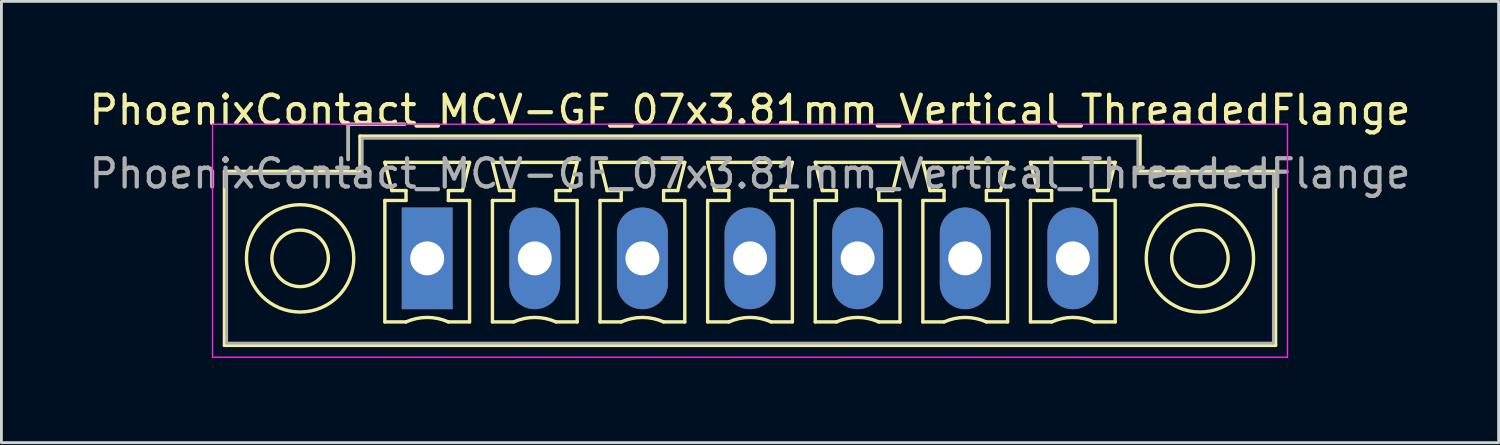
<source format=kicad_pcb>
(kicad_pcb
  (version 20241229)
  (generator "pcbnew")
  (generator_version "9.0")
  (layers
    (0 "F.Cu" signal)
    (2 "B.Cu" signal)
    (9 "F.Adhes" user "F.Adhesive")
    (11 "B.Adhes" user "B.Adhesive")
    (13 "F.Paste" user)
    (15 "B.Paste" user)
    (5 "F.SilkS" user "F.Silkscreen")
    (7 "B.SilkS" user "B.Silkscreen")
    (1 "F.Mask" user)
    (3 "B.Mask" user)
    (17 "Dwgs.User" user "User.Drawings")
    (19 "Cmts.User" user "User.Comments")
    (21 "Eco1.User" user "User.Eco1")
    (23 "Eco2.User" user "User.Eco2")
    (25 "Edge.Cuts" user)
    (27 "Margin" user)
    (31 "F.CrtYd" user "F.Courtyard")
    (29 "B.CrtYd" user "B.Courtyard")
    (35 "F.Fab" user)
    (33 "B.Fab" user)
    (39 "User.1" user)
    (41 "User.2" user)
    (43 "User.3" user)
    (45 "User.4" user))
  (footprint "PhoenixContact_MCV-GF_07x3.81mm_Vertical_ThreadedFlange"
    (layer "F.Cu")
    (at 12.076 6.098)
    (property "Reference" "PhoenixContact_MCV-GF_07x3.81mm_Vertical_ThreadedFlange" (at 11.43 -5.25 0) (layer "F.SilkS") (effects (font (size 1 1) (thickness 0.15))))
    (attr through_hole)
    (fp_line (start -7.18 -3.08) (end -7.18 3.08) (stroke (width 0.12) (type solid)) (layer "F.SilkS"))
    (fp_line (start -7.18 3.08) (end 30.04 3.08) (stroke (width 0.12) (type solid)) (layer "F.SilkS"))
    (fp_line (start -2.8 -4.75) (end -0.8 -4.75) (stroke (width 0.12) (type solid)) (layer "F.SilkS"))
    (fp_line (start -2.8 -3.5) (end -2.8 -4.75) (stroke (width 0.12) (type solid)) (layer "F.SilkS"))
    (fp_line (start -2.38 -4.33) (end -2.38 -3.08) (stroke (width 0.12) (type solid)) (layer "F.SilkS"))
    (fp_line (start -2.38 -3.08) (end -7.18 -3.08) (stroke (width 0.12) (type solid)) (layer "F.SilkS"))
    (fp_line (start -1.5 -3.4) (end 1.5 -3.4) (stroke (width 0.12) (type solid)) (layer "F.SilkS"))
    (fp_line (start -1.5 -2.05) (end -0.75 -2.05) (stroke (width 0.12) (type solid)) (layer "F.SilkS"))
    (fp_line (start -1.5 2.25) (end -1.5 -2.05) (stroke (width 0.12) (type solid)) (layer "F.SilkS"))
    (fp_line (start -1.25 -2.4) (end -1.5 -3.4) (stroke (width 0.12) (type solid)) (layer "F.SilkS"))
    (fp_line (start -0.75 -2.4) (end -1.25 -2.4) (stroke (width 0.12) (type solid)) (layer "F.SilkS"))
    (fp_line (start -0.75 -2.05) (end -0.75 -2.4) (stroke (width 0.12) (type solid)) (layer "F.SilkS"))
    (fp_line (start -0.75 2.25) (end -1.5 2.25) (stroke (width 0.12) (type solid)) (layer "F.SilkS"))
    (fp_line (start 0.75 -2.4) (end 0.75 -2.05) (stroke (width 0.12) (type solid)) (layer "F.SilkS"))
    (fp_line (start 0.75 -2.05) (end 1.5 -2.05) (stroke (width 0.12) (type solid)) (layer "F.SilkS"))
    (fp_line (start 1.25 -2.4) (end 0.75 -2.4) (stroke (width 0.12) (type solid)) (layer "F.SilkS"))
    (fp_line (start 1.5 -3.4) (end 1.25 -2.4) (stroke (width 0.12) (type solid)) (layer "F.SilkS"))
    (fp_line (start 1.5 -2.05) (end 1.5 2.25) (stroke (width 0.12) (type solid)) (layer "F.SilkS"))
    (fp_line (start 1.5 2.25) (end 0.75 2.25) (stroke (width 0.12) (type solid)) (layer "F.SilkS"))
    (fp_line (start 2.31 -3.4) (end 5.31 -3.4) (stroke (width 0.12) (type solid)) (layer "F.SilkS"))
    (fp_line (start 2.31 -2.05) (end 3.06 -2.05) (stroke (width 0.12) (type solid)) (layer "F.SilkS"))
    (fp_line (start 2.31 2.25) (end 2.31 -2.05) (stroke (width 0.12) (type solid)) (layer "F.SilkS"))
    (fp_line (start 2.56 -2.4) (end 2.31 -3.4) (stroke (width 0.12) (type solid)) (layer "F.SilkS"))
    (fp_line (start 3.06 -2.4) (end 2.56 -2.4) (stroke (width 0.12) (type solid)) (layer "F.SilkS"))
    (fp_line (start 3.06 -2.05) (end 3.06 -2.4) (stroke (width 0.12) (type solid)) (layer "F.SilkS"))
    (fp_line (start 3.06 2.25) (end 2.31 2.25) (stroke (width 0.12) (type solid)) (layer "F.SilkS"))
    (fp_line (start 4.56 -2.4) (end 4.56 -2.05) (stroke (width 0.12) (type solid)) (layer "F.SilkS"))
    (fp_line (start 4.56 -2.05) (end 5.31 -2.05) (stroke (width 0.12) (type solid)) (layer "F.SilkS"))
    (fp_line (start 5.06 -2.4) (end 4.56 -2.4) (stroke (width 0.12) (type solid)) (layer "F.SilkS"))
    (fp_line (start 5.31 -3.4) (end 5.06 -2.4) (stroke (width 0.12) (type solid)) (layer "F.SilkS"))
    (fp_line (start 5.31 -2.05) (end 5.31 2.25) (stroke (width 0.12) (type solid)) (layer "F.SilkS"))
    (fp_line (start 5.31 2.25) (end 4.56 2.25) (stroke (width 0.12) (type solid)) (layer "F.SilkS"))
    (fp_line (start 6.12 -3.4) (end 9.12 -3.4) (stroke (width 0.12) (type solid)) (layer "F.SilkS"))
    (fp_line (start 6.12 -2.05) (end 6.87 -2.05) (stroke (width 0.12) (type solid)) (layer "F.SilkS"))
    (fp_line (start 6.12 2.25) (end 6.12 -2.05) (stroke (width 0.12) (type solid)) (layer "F.SilkS"))
    (fp_line (start 6.37 -2.4) (end 6.12 -3.4) (stroke (width 0.12) (type solid)) (layer "F.SilkS"))
    (fp_line (start 6.87 -2.4) (end 6.37 -2.4) (stroke (width 0.12) (type solid)) (layer "F.SilkS"))
    (fp_line (start 6.87 -2.05) (end 6.87 -2.4) (stroke (width 0.12) (type solid)) (layer "F.SilkS"))
    (fp_line (start 6.87 2.25) (end 6.12 2.25) (stroke (width 0.12) (type solid)) (layer "F.SilkS"))
    (fp_line (start 8.37 -2.4) (end 8.37 -2.05) (stroke (width 0.12) (type solid)) (layer "F.SilkS"))
    (fp_line (start 8.37 -2.05) (end 9.12 -2.05) (stroke (width 0.12) (type solid)) (layer "F.SilkS"))
    (fp_line (start 8.87 -2.4) (end 8.37 -2.4) (stroke (width 0.12) (type solid)) (layer "F.SilkS"))
    (fp_line (start 9.12 -3.4) (end 8.87 -2.4) (stroke (width 0.12) (type solid)) (layer "F.SilkS"))
    (fp_line (start 9.12 -2.05) (end 9.12 2.25) (stroke (width 0.12) (type solid)) (layer "F.SilkS"))
    (fp_line (start 9.12 2.25) (end 8.37 2.25) (stroke (width 0.12) (type solid)) (layer "F.SilkS"))
    (fp_line (start 9.93 -3.4) (end 12.93 -3.4) (stroke (width 0.12) (type solid)) (layer "F.SilkS"))
    (fp_line (start 9.93 -2.05) (end 10.68 -2.05) (stroke (width 0.12) (type solid)) (layer "F.SilkS"))
    (fp_line (start 9.93 2.25) (end 9.93 -2.05) (stroke (width 0.12) (type solid)) (layer "F.SilkS"))
    (fp_line (start 10.18 -2.4) (end 9.93 -3.4) (stroke (width 0.12) (type solid)) (layer "F.SilkS"))
    (fp_line (start 10.68 -2.4) (end 10.18 -2.4) (stroke (width 0.12) (type solid)) (layer "F.SilkS"))
    (fp_line (start 10.68 -2.05) (end 10.68 -2.4) (stroke (width 0.12) (type solid)) (layer "F.SilkS"))
    (fp_line (start 10.68 2.25) (end 9.93 2.25) (stroke (width 0.12) (type solid)) (layer "F.SilkS"))
    (fp_line (start 12.18 -2.4) (end 12.18 -2.05) (stroke (width 0.12) (type solid)) (layer "F.SilkS"))
    (fp_line (start 12.18 -2.05) (end 12.93 -2.05) (stroke (width 0.12) (type solid)) (layer "F.SilkS"))
    (fp_line (start 12.68 -2.4) (end 12.18 -2.4) (stroke (width 0.12) (type solid)) (layer "F.SilkS"))
    (fp_line (start 12.93 -3.4) (end 12.68 -2.4) (stroke (width 0.12) (type solid)) (layer "F.SilkS"))
    (fp_line (start 12.93 -2.05) (end 12.93 2.25) (stroke (width 0.12) (type solid)) (layer "F.SilkS"))
    (fp_line (start 12.93 2.25) (end 12.18 2.25) (stroke (width 0.12) (type solid)) (layer "F.SilkS"))
    (fp_line (start 13.74 -3.4) (end 16.74 -3.4) (stroke (width 0.12) (type solid)) (layer "F.SilkS"))
    (fp_line (start 13.74 -2.05) (end 14.49 -2.05) (stroke (width 0.12) (type solid)) (layer "F.SilkS"))
    (fp_line (start 13.74 2.25) (end 13.74 -2.05) (stroke (width 0.12) (type solid)) (layer "F.SilkS"))
    (fp_line (start 13.99 -2.4) (end 13.74 -3.4) (stroke (width 0.12) (type solid)) (layer "F.SilkS"))
    (fp_line (start 14.49 -2.4) (end 13.99 -2.4) (stroke (width 0.12) (type solid)) (layer "F.SilkS"))
    (fp_line (start 14.49 -2.05) (end 14.49 -2.4) (stroke (width 0.12) (type solid)) (layer "F.SilkS"))
    (fp_line (start 14.49 2.25) (end 13.74 2.25) (stroke (width 0.12) (type solid)) (layer "F.SilkS"))
    (fp_line (start 15.99 -2.4) (end 15.99 -2.05) (stroke (width 0.12) (type solid)) (layer "F.SilkS"))
    (fp_line (start 15.99 -2.05) (end 16.74 -2.05) (stroke (width 0.12) (type solid)) (layer "F.SilkS"))
    (fp_line (start 16.49 -2.4) (end 15.99 -2.4) (stroke (width 0.12) (type solid)) (layer "F.SilkS"))
    (fp_line (start 16.74 -3.4) (end 16.49 -2.4) (stroke (width 0.12) (type solid)) (layer "F.SilkS"))
    (fp_line (start 16.74 -2.05) (end 16.74 2.25) (stroke (width 0.12) (type solid)) (layer "F.SilkS"))
    (fp_line (start 16.74 2.25) (end 15.99 2.25) (stroke (width 0.12) (type solid)) (layer "F.SilkS"))
    (fp_line (start 17.55 -3.4) (end 20.55 -3.4) (stroke (width 0.12) (type solid)) (layer "F.SilkS"))
    (fp_line (start 17.55 -2.05) (end 18.3 -2.05) (stroke (width 0.12) (type solid)) (layer "F.SilkS"))
    (fp_line (start 17.55 2.25) (end 17.55 -2.05) (stroke (width 0.12) (type solid)) (layer "F.SilkS"))
    (fp_line (start 17.8 -2.4) (end 17.55 -3.4) (stroke (width 0.12) (type solid)) (layer "F.SilkS"))
    (fp_line (start 18.3 -2.4) (end 17.8 -2.4) (stroke (width 0.12) (type solid)) (layer "F.SilkS"))
    (fp_line (start 18.3 -2.05) (end 18.3 -2.4) (stroke (width 0.12) (type solid)) (layer "F.SilkS"))
    (fp_line (start 18.3 2.25) (end 17.55 2.25) (stroke (width 0.12) (type solid)) (layer "F.SilkS"))
    (fp_line (start 19.8 -2.4) (end 19.8 -2.05) (stroke (width 0.12) (type solid)) (layer "F.SilkS"))
    (fp_line (start 19.8 -2.05) (end 20.55 -2.05) (stroke (width 0.12) (type solid)) (layer "F.SilkS"))
    (fp_line (start 20.3 -2.4) (end 19.8 -2.4) (stroke (width 0.12) (type solid)) (layer "F.SilkS"))
    (fp_line (start 20.55 -3.4) (end 20.3 -2.4) (stroke (width 0.12) (type solid)) (layer "F.SilkS"))
    (fp_line (start 20.55 -2.05) (end 20.55 2.25) (stroke (width 0.12) (type solid)) (layer "F.SilkS"))
    (fp_line (start 20.55 2.25) (end 19.8 2.25) (stroke (width 0.12) (type solid)) (layer "F.SilkS"))
    (fp_line (start 21.36 -3.4) (end 24.36 -3.4) (stroke (width 0.12) (type solid)) (layer "F.SilkS"))
    (fp_line (start 21.36 -2.05) (end 22.11 -2.05) (stroke (width 0.12) (type solid)) (layer "F.SilkS"))
    (fp_line (start 21.36 2.25) (end 21.36 -2.05) (stroke (width 0.12) (type solid)) (layer "F.SilkS"))
    (fp_line (start 21.61 -2.4) (end 21.36 -3.4) (stroke (width 0.12) (type solid)) (layer "F.SilkS"))
    (fp_line (start 22.11 -2.4) (end 21.61 -2.4) (stroke (width 0.12) (type solid)) (layer "F.SilkS"))
    (fp_line (start 22.11 -2.05) (end 22.11 -2.4) (stroke (width 0.12) (type solid)) (layer "F.SilkS"))
    (fp_line (start 22.11 2.25) (end 21.36 2.25) (stroke (width 0.12) (type solid)) (layer "F.SilkS"))
    (fp_line (start 23.61 -2.4) (end 23.61 -2.05) (stroke (width 0.12) (type solid)) (layer "F.SilkS"))
    (fp_line (start 23.61 -2.05) (end 24.36 -2.05) (stroke (width 0.12) (type solid)) (layer "F.SilkS"))
    (fp_line (start 24.11 -2.4) (end 23.61 -2.4) (stroke (width 0.12) (type solid)) (layer "F.SilkS"))
    (fp_line (start 24.36 -3.4) (end 24.11 -2.4) (stroke (width 0.12) (type solid)) (layer "F.SilkS"))
    (fp_line (start 24.36 -2.05) (end 24.36 2.25) (stroke (width 0.12) (type solid)) (layer "F.SilkS"))
    (fp_line (start 24.36 2.25) (end 23.61 2.25) (stroke (width 0.12) (type solid)) (layer "F.SilkS"))
    (fp_line (start 25.24 -4.33) (end -2.38 -4.33) (stroke (width 0.12) (type solid)) (layer "F.SilkS"))
    (fp_line (start 25.24 -3.08) (end 25.24 -4.33) (stroke (width 0.12) (type solid)) (layer "F.SilkS"))
    (fp_line (start 30.04 -3.08) (end 25.24 -3.08) (stroke (width 0.12) (type solid)) (layer "F.SilkS"))
    (fp_line (start 30.04 3.08) (end 30.04 -3.08) (stroke (width 0.12) (type solid)) (layer "F.SilkS"))
    (fp_arc (start -0.75 2.25) (mid -0.000193 2.09191) (end 0.749647 2.249844) (stroke (width 0.12) (type solid)) (layer "F.SilkS"))
    (fp_arc (start 3.06 2.25) (mid 3.809807 2.09191) (end 4.559647 2.249844) (stroke (width 0.12) (type solid)) (layer "F.SilkS"))
    (fp_arc (start 6.87 2.25) (mid 7.619807 2.09191) (end 8.369647 2.249844) (stroke (width 0.12) (type solid)) (layer "F.SilkS"))
    (fp_arc (start 10.68 2.25) (mid 11.429807 2.09191) (end 12.179647 2.249844) (stroke (width 0.12) (type solid)) (layer "F.SilkS"))
    (fp_arc (start 14.49 2.25) (mid 15.239807 2.09191) (end 15.989647 2.249844) (stroke (width 0.12) (type solid)) (layer "F.SilkS"))
    (fp_arc (start 18.3 2.25) (mid 19.049807 2.09191) (end 19.799647 2.249844) (stroke (width 0.12) (type solid)) (layer "F.SilkS"))
    (fp_arc (start 22.11 2.25) (mid 22.859807 2.09191) (end 23.609647 2.249844) (stroke (width 0.12) (type solid)) (layer "F.SilkS"))
    (fp_circle (center -4.5 0) (end -3.5 0) (stroke (width 0.12) (type solid)) (fill no) (layer "F.SilkS"))
    (fp_circle (center -4.5 0) (end -2.6 0) (stroke (width 0.12) (type solid)) (fill no) (layer "F.SilkS"))
    (fp_circle (center 27.36 0) (end 28.36 0) (stroke (width 0.12) (type solid)) (fill no) (layer "F.SilkS"))
    (fp_circle (center 27.36 0) (end 29.26 0) (stroke (width 0.12) (type solid)) (fill no) (layer "F.SilkS"))
    (fp_line (start -7.6 -4.75) (end -7.6 3.5) (stroke (width 0.05) (type solid)) (layer "F.CrtYd"))
    (fp_line (start -7.6 3.5) (end 30.46 3.5) (stroke (width 0.05) (type solid)) (layer "F.CrtYd"))
    (fp_line (start 30.46 -4.75) (end -7.6 -4.75) (stroke (width 0.05) (type solid)) (layer "F.CrtYd"))
    (fp_line (start 30.46 3.5) (end 30.46 -4.75) (stroke (width 0.05) (type solid)) (layer "F.CrtYd"))
    (fp_line (start -7.1 -3) (end -7.1 3) (stroke (width 0.1) (type solid)) (layer "F.Fab"))
    (fp_line (start -7.1 3) (end 29.96 3) (stroke (width 0.1) (type solid)) (layer "F.Fab"))
    (fp_line (start -2.8 -4.75) (end -0.8 -4.75) (stroke (width 0.1) (type solid)) (layer "F.Fab"))
    (fp_line (start -2.8 -3.5) (end -2.8 -4.75) (stroke (width 0.1) (type solid)) (layer "F.Fab"))
    (fp_line (start -2.3 -4.25) (end -2.3 -3) (stroke (width 0.1) (type solid)) (layer "F.Fab"))
    (fp_line (start -2.3 -3) (end -7.1 -3) (stroke (width 0.1) (type solid)) (layer "F.Fab"))
    (fp_line (start 25.16 -4.25) (end -2.3 -4.25) (stroke (width 0.1) (type solid)) (layer "F.Fab"))
    (fp_line (start 25.16 -3) (end 25.16 -4.25) (stroke (width 0.1) (type solid)) (layer "F.Fab"))
    (fp_line (start 29.96 -3) (end 25.16 -3) (stroke (width 0.1) (type solid)) (layer "F.Fab"))
    (fp_line (start 29.96 3) (end 29.96 -3) (stroke (width 0.1) (type solid)) (layer "F.Fab"))
    (fp_text user "${REFERENCE}" (at 11.43 -3 0) (layer "F.Fab") (effects (font (size 1 1) (thickness 0.15))))
    (pad "1" thru_hole rect (at 0 0) (size 1.8 3.6) (drill 1.2) (layers "*.Cu" "*.Mask"))
    (pad "2" thru_hole oval (at 3.81 0) (size 1.8 3.6) (drill 1.2) (layers "*.Cu" "*.Mask"))
    (pad "3" thru_hole oval (at 7.62 0) (size 1.8 3.6) (drill 1.2) (layers "*.Cu" "*.Mask"))
    (pad "4" thru_hole oval (at 11.43 0) (size 1.8 3.6) (drill 1.2) (layers "*.Cu" "*.Mask"))
    (pad "5" thru_hole oval (at 15.24 0) (size 1.8 3.6) (drill 1.2) (layers "*.Cu" "*.Mask"))
    (pad "6" thru_hole oval (at 19.05 0) (size 1.8 3.6) (drill 1.2) (layers "*.Cu" "*.Mask"))
    (pad "7" thru_hole oval (at 22.86 0) (size 1.8 3.6) (drill 1.2) (layers "*.Cu" "*.Mask")))
  (gr_rect
    (start -3 -3)
    (end 50.012 12.623)
    (stroke (width 0.1) (type default))
    (fill no)
    (layer "Edge.Cuts")))
</source>
